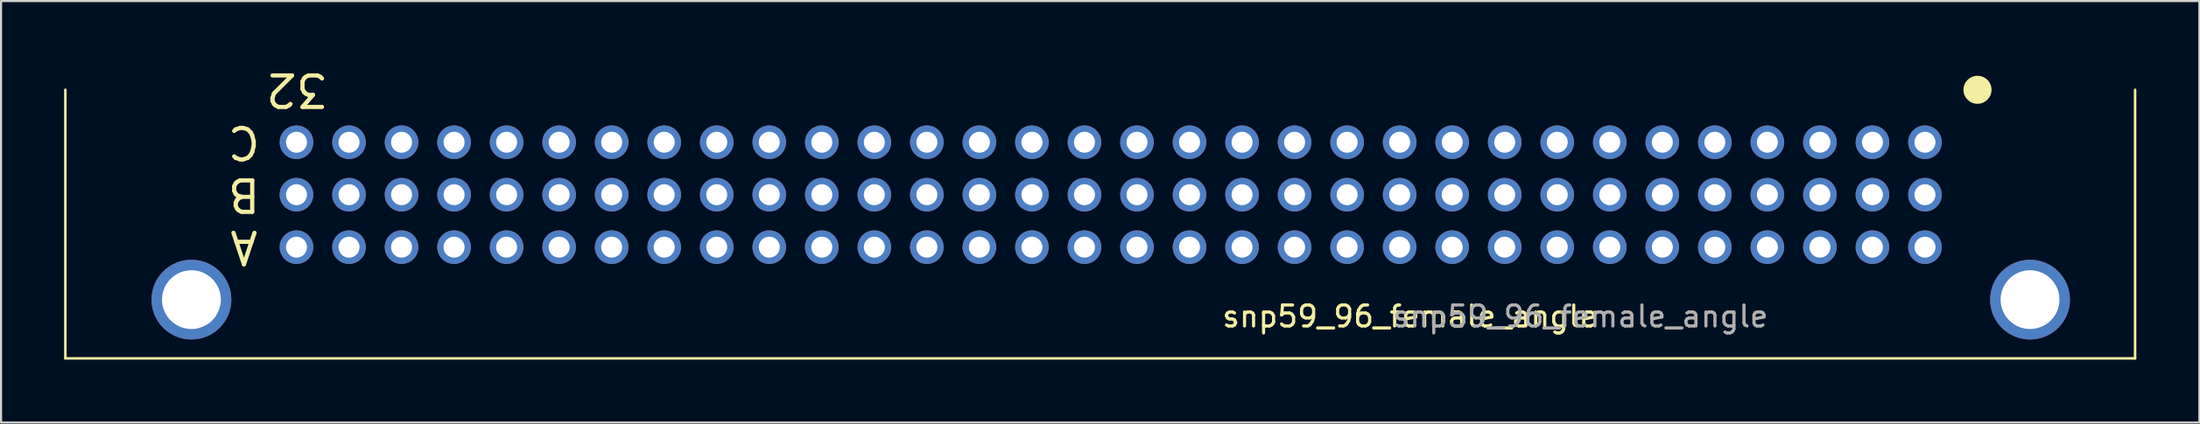
<source format=kicad_pcb>
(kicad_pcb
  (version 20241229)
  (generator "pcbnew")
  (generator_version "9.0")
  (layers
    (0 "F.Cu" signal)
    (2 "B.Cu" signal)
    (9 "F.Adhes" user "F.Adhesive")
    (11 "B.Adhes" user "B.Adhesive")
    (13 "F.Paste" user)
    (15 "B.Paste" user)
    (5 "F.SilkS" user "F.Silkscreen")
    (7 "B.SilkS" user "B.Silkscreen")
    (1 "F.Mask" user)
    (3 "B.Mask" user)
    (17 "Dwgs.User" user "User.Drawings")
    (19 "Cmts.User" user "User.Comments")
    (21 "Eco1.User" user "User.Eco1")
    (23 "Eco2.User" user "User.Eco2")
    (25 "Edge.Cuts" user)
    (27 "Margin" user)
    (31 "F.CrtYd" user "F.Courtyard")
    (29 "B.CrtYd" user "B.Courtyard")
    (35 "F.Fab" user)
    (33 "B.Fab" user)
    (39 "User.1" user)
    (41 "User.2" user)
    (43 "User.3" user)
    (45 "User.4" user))
  (footprint "snp59_96_female_angle"
    (layer "F.Cu")
    (at 88.56 8.729)
    (property "Reference" "snp59_96_female_angle" (at -24.5 3.3 0) (unlocked yes) (layer "F.SilkS") (effects (font (size 1 1) (thickness 0.15))))
    (attr through_hole)
    (fp_line (start -88.5 5.3) (end -88.5 -7.5) (stroke (width 0.12) (type solid)) (layer "F.SilkS"))
    (fp_line (start 10 -7.5) (end 10 5.3) (stroke (width 0.12) (type solid)) (layer "F.SilkS"))
    (fp_line (start 10 5.3) (end -88.5 5.3) (stroke (width 0.12) (type solid)) (layer "F.SilkS"))
    (fp_circle (center 2.5 -7.5) (end 3.108 -7.5) (stroke (width 0.12) (type solid)) (fill yes) (layer "F.SilkS"))
    (fp_text user "B" (at -80 -2.5 180) (unlocked yes) (layer "F.SilkS") (effects (font (size 1.5 1.5) (thickness 0.2))))
    (fp_text user "C" (at -80 -5 180) (unlocked yes) (layer "F.SilkS") (effects (font (size 1.5 1.5) (thickness 0.2))))
    (fp_text user "A" (at -80 0 180) (unlocked yes) (layer "F.SilkS") (effects (font (size 1.5 1.5) (thickness 0.2))))
    (fp_text user "32" (at -77.5 -7.5 180) (unlocked yes) (layer "F.SilkS") (effects (font (size 1.5 1.5) (thickness 0.2))))
    (fp_text user "${REFERENCE}" (at -16.4 3.3 0) (unlocked yes) (layer "F.Fab") (effects (font (size 1 1) (thickness 0.15))))
    (pad "" thru_hole circle (at -82.5 2.5) (size 3.8 3.8) (drill 2.8) (layers "*.Cu"))
    (pad "" thru_hole circle (at 5 2.5) (size 3.8 3.8) (drill 2.8) (layers "*.Cu"))
    (pad "1" thru_hole circle (at 0 -5) (size 1.6 1.6) (drill 1) (layers "*.Cu" "*.Mask"))
    (pad "1" thru_hole circle (at 0 -2.5) (size 1.6 1.6) (drill 1) (layers "*.Cu" "*.Mask"))
    (pad "2" thru_hole circle (at -2.5 -5) (size 1.6 1.6) (drill 1) (layers "*.Cu" "*.Mask"))
    (pad "2" thru_hole circle (at -2.5 -2.5) (size 1.6 1.6) (drill 1) (layers "*.Cu" "*.Mask"))
    (pad "3" thru_hole circle (at -5 -5) (size 1.6 1.6) (drill 1) (layers "*.Cu" "*.Mask"))
    (pad "3" thru_hole circle (at -5 -2.5) (size 1.6 1.6) (drill 1) (layers "*.Cu" "*.Mask"))
    (pad "4" thru_hole circle (at -7.5 -5) (size 1.6 1.6) (drill 1) (layers "*.Cu" "*.Mask"))
    (pad "4" thru_hole circle (at -7.5 -2.5) (size 1.6 1.6) (drill 1) (layers "*.Cu" "*.Mask"))
    (pad "5" thru_hole circle (at -10 -5) (size 1.6 1.6) (drill 1) (layers "*.Cu" "*.Mask"))
    (pad "5" thru_hole circle (at -10 -2.5) (size 1.6 1.6) (drill 1) (layers "*.Cu" "*.Mask"))
    (pad "6" thru_hole circle (at -12.5 -5) (size 1.6 1.6) (drill 1) (layers "*.Cu" "*.Mask"))
    (pad "6" thru_hole circle (at -12.5 -2.5) (size 1.6 1.6) (drill 1) (layers "*.Cu" "*.Mask"))
    (pad "7" thru_hole circle (at -15 -5) (size 1.6 1.6) (drill 1) (layers "*.Cu" "*.Mask"))
    (pad "7" thru_hole circle (at -15 -2.5) (size 1.6 1.6) (drill 1) (layers "*.Cu" "*.Mask"))
    (pad "8" thru_hole circle (at -17.5 -5) (size 1.6 1.6) (drill 1) (layers "*.Cu" "*.Mask"))
    (pad "8" thru_hole circle (at -17.5 -2.5) (size 1.6 1.6) (drill 1) (layers "*.Cu" "*.Mask"))
    (pad "9" thru_hole circle (at -20 -5) (size 1.6 1.6) (drill 1) (layers "*.Cu" "*.Mask"))
    (pad "9" thru_hole circle (at -20 -2.5) (size 1.6 1.6) (drill 1) (layers "*.Cu" "*.Mask"))
    (pad "10" thru_hole circle (at -22.5 -5) (size 1.6 1.6) (drill 1) (layers "*.Cu" "*.Mask"))
    (pad "10" thru_hole circle (at -22.5 -2.5) (size 1.6 1.6) (drill 1) (layers "*.Cu" "*.Mask"))
    (pad "11" thru_hole circle (at -25 -5) (size 1.6 1.6) (drill 1) (layers "*.Cu" "*.Mask"))
    (pad "11" thru_hole circle (at -25 -2.5) (size 1.6 1.6) (drill 1) (layers "*.Cu" "*.Mask"))
    (pad "12" thru_hole circle (at -27.5 -5) (size 1.6 1.6) (drill 1) (layers "*.Cu" "*.Mask"))
    (pad "12" thru_hole circle (at -27.5 -2.5) (size 1.6 1.6) (drill 1) (layers "*.Cu" "*.Mask"))
    (pad "13" thru_hole circle (at -30 -5) (size 1.6 1.6) (drill 1) (layers "*.Cu" "*.Mask"))
    (pad "13" thru_hole circle (at -30 -2.5) (size 1.6 1.6) (drill 1) (layers "*.Cu" "*.Mask"))
    (pad "14" thru_hole circle (at -32.5 -5) (size 1.6 1.6) (drill 1) (layers "*.Cu" "*.Mask"))
    (pad "14" thru_hole circle (at -32.5 -2.5) (size 1.6 1.6) (drill 1) (layers "*.Cu" "*.Mask"))
    (pad "15" thru_hole circle (at -35 -5) (size 1.6 1.6) (drill 1) (layers "*.Cu" "*.Mask"))
    (pad "15" thru_hole circle (at -35 -2.5) (size 1.6 1.6) (drill 1) (layers "*.Cu" "*.Mask"))
    (pad "16" thru_hole circle (at -37.5 -5) (size 1.6 1.6) (drill 1) (layers "*.Cu" "*.Mask"))
    (pad "16" thru_hole circle (at -37.5 -2.5) (size 1.6 1.6) (drill 1) (layers "*.Cu" "*.Mask"))
    (pad "17" thru_hole circle (at -40 -5) (size 1.6 1.6) (drill 1) (layers "*.Cu" "*.Mask"))
    (pad "17" thru_hole circle (at -40 -2.5) (size 1.6 1.6) (drill 1) (layers "*.Cu" "*.Mask"))
    (pad "18" thru_hole circle (at -42.5 -5) (size 1.6 1.6) (drill 1) (layers "*.Cu" "*.Mask"))
    (pad "18" thru_hole circle (at -42.5 -2.5) (size 1.6 1.6) (drill 1) (layers "*.Cu" "*.Mask"))
    (pad "19" thru_hole circle (at -45 -5) (size 1.6 1.6) (drill 1) (layers "*.Cu" "*.Mask"))
    (pad "19" thru_hole circle (at -45 -2.5) (size 1.6 1.6) (drill 1) (layers "*.Cu" "*.Mask"))
    (pad "20" thru_hole circle (at -47.5 -5) (size 1.6 1.6) (drill 1) (layers "*.Cu" "*.Mask"))
    (pad "20" thru_hole circle (at -47.5 -2.5) (size 1.6 1.6) (drill 1) (layers "*.Cu" "*.Mask"))
    (pad "21" thru_hole circle (at -50 -5) (size 1.6 1.6) (drill 1) (layers "*.Cu" "*.Mask"))
    (pad "21" thru_hole circle (at -50 -2.5) (size 1.6 1.6) (drill 1) (layers "*.Cu" "*.Mask"))
    (pad "22" thru_hole circle (at -52.5 -5) (size 1.6 1.6) (drill 1) (layers "*.Cu" "*.Mask"))
    (pad "22" thru_hole circle (at -52.5 -2.5) (size 1.6 1.6) (drill 1) (layers "*.Cu" "*.Mask"))
    (pad "23" thru_hole circle (at -55 -5) (size 1.6 1.6) (drill 1) (layers "*.Cu" "*.Mask"))
    (pad "23" thru_hole circle (at -55 -2.5) (size 1.6 1.6) (drill 1) (layers "*.Cu" "*.Mask"))
    (pad "24" thru_hole circle (at -57.5 -5) (size 1.6 1.6) (drill 1) (layers "*.Cu" "*.Mask"))
    (pad "24" thru_hole circle (at -57.5 -2.5) (size 1.6 1.6) (drill 1) (layers "*.Cu" "*.Mask"))
    (pad "25" thru_hole circle (at -60 -5) (size 1.6 1.6) (drill 1) (layers "*.Cu" "*.Mask"))
    (pad "25" thru_hole circle (at -60 -2.5) (size 1.6 1.6) (drill 1) (layers "*.Cu" "*.Mask"))
    (pad "26" thru_hole circle (at -62.5 -5) (size 1.6 1.6) (drill 1) (layers "*.Cu" "*.Mask"))
    (pad "26" thru_hole circle (at -62.5 -2.5) (size 1.6 1.6) (drill 1) (layers "*.Cu" "*.Mask"))
    (pad "27" thru_hole circle (at -65 -5) (size 1.6 1.6) (drill 1) (layers "*.Cu" "*.Mask"))
    (pad "27" thru_hole circle (at -65 -2.5) (size 1.6 1.6) (drill 1) (layers "*.Cu" "*.Mask"))
    (pad "28" thru_hole circle (at -67.5 -5) (size 1.6 1.6) (drill 1) (layers "*.Cu" "*.Mask"))
    (pad "28" thru_hole circle (at -67.5 -2.5) (size 1.6 1.6) (drill 1) (layers "*.Cu" "*.Mask"))
    (pad "29" thru_hole circle (at -70 -5) (size 1.6 1.6) (drill 1) (layers "*.Cu" "*.Mask"))
    (pad "29" thru_hole circle (at -70 -2.5) (size 1.6 1.6) (drill 1) (layers "*.Cu" "*.Mask"))
    (pad "30" thru_hole circle (at -72.5 -5) (size 1.6 1.6) (drill 1) (layers "*.Cu" "*.Mask"))
    (pad "30" thru_hole circle (at -72.5 -2.5) (size 1.6 1.6) (drill 1) (layers "*.Cu" "*.Mask"))
    (pad "31" thru_hole circle (at -75 -5) (size 1.6 1.6) (drill 1) (layers "*.Cu" "*.Mask"))
    (pad "31" thru_hole circle (at -75 -2.5) (size 1.6 1.6) (drill 1) (layers "*.Cu" "*.Mask"))
    (pad "32" thru_hole circle (at -77.5 -5) (size 1.6 1.6) (drill 1) (layers "*.Cu" "*.Mask"))
    (pad "32" thru_hole circle (at -77.5 -2.5) (size 1.6 1.6) (drill 1) (layers "*.Cu" "*.Mask"))
    (pad "33" thru_hole circle (at 0 0) (size 1.6 1.6) (drill 1) (layers "*.Cu" "*.Mask"))
    (pad "34" thru_hole circle (at -2.5 0) (size 1.6 1.6) (drill 1) (layers "*.Cu" "*.Mask"))
    (pad "35" thru_hole circle (at -5 0) (size 1.6 1.6) (drill 1) (layers "*.Cu" "*.Mask"))
    (pad "36" thru_hole circle (at -7.5 0) (size 1.6 1.6) (drill 1) (layers "*.Cu" "*.Mask"))
    (pad "37" thru_hole circle (at -10 0) (size 1.6 1.6) (drill 1) (layers "*.Cu" "*.Mask"))
    (pad "38" thru_hole circle (at -12.5 0) (size 1.6 1.6) (drill 1) (layers "*.Cu" "*.Mask"))
    (pad "39" thru_hole circle (at -15 0) (size 1.6 1.6) (drill 1) (layers "*.Cu" "*.Mask"))
    (pad "40" thru_hole circle (at -17.5 0) (size 1.6 1.6) (drill 1) (layers "*.Cu" "*.Mask"))
    (pad "41" thru_hole circle (at -20 0) (size 1.6 1.6) (drill 1) (layers "*.Cu" "*.Mask"))
    (pad "42" thru_hole circle (at -22.5 0) (size 1.6 1.6) (drill 1) (layers "*.Cu" "*.Mask"))
    (pad "43" thru_hole circle (at -25 0) (size 1.6 1.6) (drill 1) (layers "*.Cu" "*.Mask"))
    (pad "44" thru_hole circle (at -27.5 0) (size 1.6 1.6) (drill 1) (layers "*.Cu" "*.Mask"))
    (pad "45" thru_hole circle (at -30 0) (size 1.6 1.6) (drill 1) (layers "*.Cu" "*.Mask"))
    (pad "46" thru_hole circle (at -32.5 0) (size 1.6 1.6) (drill 1) (layers "*.Cu" "*.Mask"))
    (pad "47" thru_hole circle (at -35 0) (size 1.6 1.6) (drill 1) (layers "*.Cu" "*.Mask"))
    (pad "48" thru_hole circle (at -37.5 0) (size 1.6 1.6) (drill 1) (layers "*.Cu" "*.Mask"))
    (pad "49" thru_hole circle (at -40 0) (size 1.6 1.6) (drill 1) (layers "*.Cu" "*.Mask"))
    (pad "50" thru_hole circle (at -42.5 0) (size 1.6 1.6) (drill 1) (layers "*.Cu" "*.Mask"))
    (pad "51" thru_hole circle (at -45 0) (size 1.6 1.6) (drill 1) (layers "*.Cu" "*.Mask"))
    (pad "52" thru_hole circle (at -47.5 0) (size 1.6 1.6) (drill 1) (layers "*.Cu" "*.Mask"))
    (pad "53" thru_hole circle (at -50 0) (size 1.6 1.6) (drill 1) (layers "*.Cu" "*.Mask"))
    (pad "54" thru_hole circle (at -52.5 0) (size 1.6 1.6) (drill 1) (layers "*.Cu" "*.Mask"))
    (pad "55" thru_hole circle (at -55 0) (size 1.6 1.6) (drill 1) (layers "*.Cu" "*.Mask"))
    (pad "56" thru_hole circle (at -57.5 0) (size 1.6 1.6) (drill 1) (layers "*.Cu" "*.Mask"))
    (pad "57" thru_hole circle (at -60 0) (size 1.6 1.6) (drill 1) (layers "*.Cu" "*.Mask"))
    (pad "58" thru_hole circle (at -62.5 0) (size 1.6 1.6) (drill 1) (layers "*.Cu" "*.Mask"))
    (pad "59" thru_hole circle (at -65 0) (size 1.6 1.6) (drill 1) (layers "*.Cu" "*.Mask"))
    (pad "60" thru_hole circle (at -67.5 0) (size 1.6 1.6) (drill 1) (layers "*.Cu" "*.Mask"))
    (pad "61" thru_hole circle (at -70 0) (size 1.6 1.6) (drill 1) (layers "*.Cu" "*.Mask"))
    (pad "62" thru_hole circle (at -72.5 0) (size 1.6 1.6) (drill 1) (layers "*.Cu" "*.Mask"))
    (pad "63" thru_hole circle (at -75 0) (size 1.6 1.6) (drill 1) (layers "*.Cu" "*.Mask"))
    (pad "64" thru_hole circle (at -77.5 0) (size 1.6 1.6) (drill 1) (layers "*.Cu" "*.Mask")))
  (gr_rect
    (start -3 -3)
    (end 101.62 17.088)
    (stroke (width 0.1) (type default))
    (fill no)
    (layer "Edge.Cuts")))
</source>
